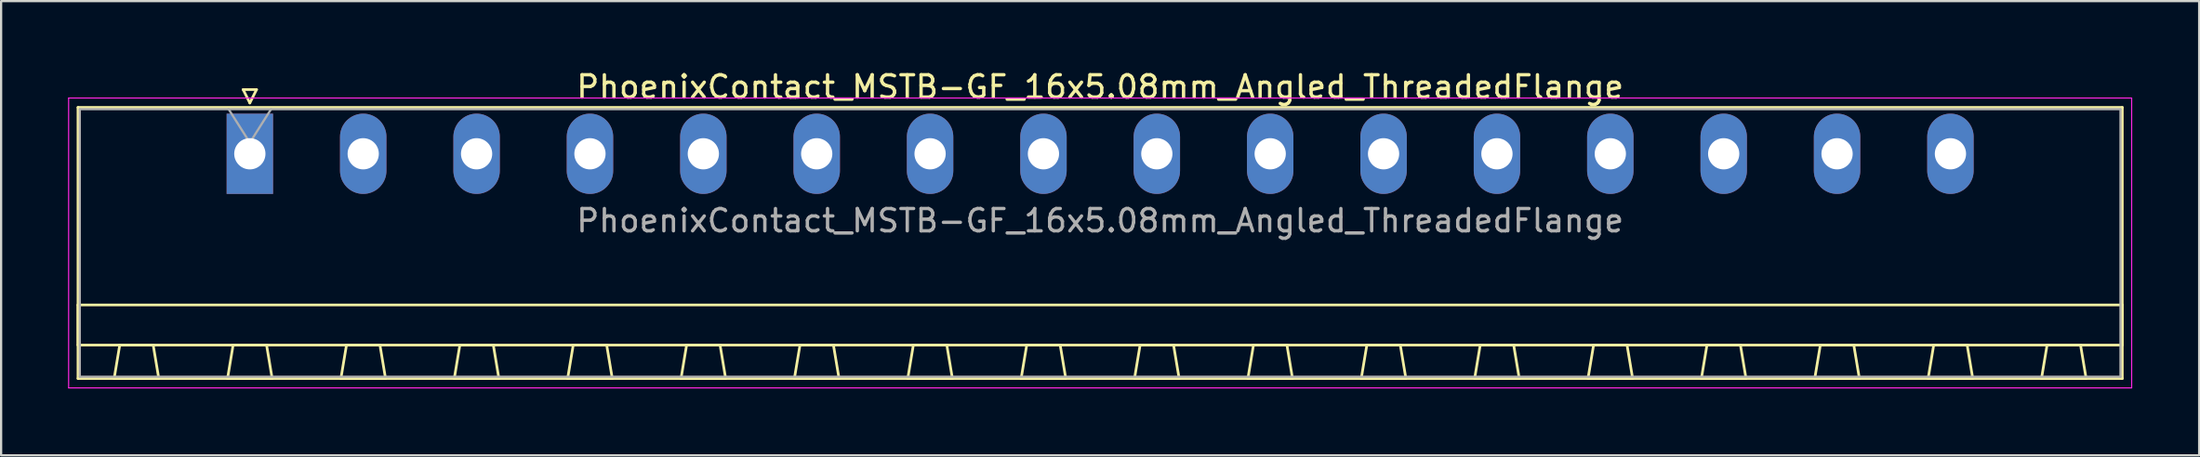
<source format=kicad_pcb>
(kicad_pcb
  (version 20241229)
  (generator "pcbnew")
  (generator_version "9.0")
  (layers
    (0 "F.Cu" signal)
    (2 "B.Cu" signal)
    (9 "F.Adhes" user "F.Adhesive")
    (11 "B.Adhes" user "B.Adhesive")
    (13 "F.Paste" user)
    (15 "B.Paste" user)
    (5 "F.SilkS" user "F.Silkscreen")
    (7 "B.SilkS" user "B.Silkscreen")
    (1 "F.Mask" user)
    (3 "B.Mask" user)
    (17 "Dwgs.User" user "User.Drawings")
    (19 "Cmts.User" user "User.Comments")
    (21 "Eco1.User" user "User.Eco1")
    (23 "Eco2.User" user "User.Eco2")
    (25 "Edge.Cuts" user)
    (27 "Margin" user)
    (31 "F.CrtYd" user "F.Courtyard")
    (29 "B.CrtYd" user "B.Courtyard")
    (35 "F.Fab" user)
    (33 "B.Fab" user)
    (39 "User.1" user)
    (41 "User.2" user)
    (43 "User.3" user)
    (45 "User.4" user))
  (footprint "PhoenixContact_MSTB-GF_16x5.08mm_Angled_ThreadedFlange"
    (layer "F.Cu")
    (at 8.145 3.848)
    (property "Reference" "PhoenixContact_MSTB-GF_16x5.08mm_Angled_ThreadedFlange" (at 38.1 -3 0) (layer "F.SilkS") (effects (font (size 1 1) (thickness 0.15))))
    (attr through_hole)
    (fp_line (start -7.7 -2.08) (end -7.7 10.08) (stroke (width 0.12) (type solid)) (layer "F.SilkS"))
    (fp_line (start -7.7 6.78) (end 83.9 6.78) (stroke (width 0.12) (type solid)) (layer "F.SilkS"))
    (fp_line (start -7.7 8.58) (end -7.7 6.78) (stroke (width 0.12) (type solid)) (layer "F.SilkS"))
    (fp_line (start -7.7 10.08) (end 83.9 10.08) (stroke (width 0.12) (type solid)) (layer "F.SilkS"))
    (fp_line (start -6.08 10.08) (end -4.08 10.08) (stroke (width 0.12) (type solid)) (layer "F.SilkS"))
    (fp_line (start -5.83 8.58) (end -6.08 10.08) (stroke (width 0.12) (type solid)) (layer "F.SilkS"))
    (fp_line (start -4.33 8.58) (end -5.83 8.58) (stroke (width 0.12) (type solid)) (layer "F.SilkS"))
    (fp_line (start -4.08 10.08) (end -4.33 8.58) (stroke (width 0.12) (type solid)) (layer "F.SilkS"))
    (fp_line (start -1 10.08) (end 1 10.08) (stroke (width 0.12) (type solid)) (layer "F.SilkS"))
    (fp_line (start -0.75 8.58) (end -1 10.08) (stroke (width 0.12) (type solid)) (layer "F.SilkS"))
    (fp_line (start -0.3 -2.88) (end 0.3 -2.88) (stroke (width 0.12) (type solid)) (layer "F.SilkS"))
    (fp_line (start 0 -2.28) (end -0.3 -2.88) (stroke (width 0.12) (type solid)) (layer "F.SilkS"))
    (fp_line (start 0.3 -2.88) (end 0 -2.28) (stroke (width 0.12) (type solid)) (layer "F.SilkS"))
    (fp_line (start 0.75 8.58) (end -0.75 8.58) (stroke (width 0.12) (type solid)) (layer "F.SilkS"))
    (fp_line (start 1 10.08) (end 0.75 8.58) (stroke (width 0.12) (type solid)) (layer "F.SilkS"))
    (fp_line (start 4.08 10.08) (end 6.08 10.08) (stroke (width 0.12) (type solid)) (layer "F.SilkS"))
    (fp_line (start 4.33 8.58) (end 4.08 10.08) (stroke (width 0.12) (type solid)) (layer "F.SilkS"))
    (fp_line (start 5.83 8.58) (end 4.33 8.58) (stroke (width 0.12) (type solid)) (layer "F.SilkS"))
    (fp_line (start 6.08 10.08) (end 5.83 8.58) (stroke (width 0.12) (type solid)) (layer "F.SilkS"))
    (fp_line (start 9.16 10.08) (end 11.16 10.08) (stroke (width 0.12) (type solid)) (layer "F.SilkS"))
    (fp_line (start 9.41 8.58) (end 9.16 10.08) (stroke (width 0.12) (type solid)) (layer "F.SilkS"))
    (fp_line (start 10.91 8.58) (end 9.41 8.58) (stroke (width 0.12) (type solid)) (layer "F.SilkS"))
    (fp_line (start 11.16 10.08) (end 10.91 8.58) (stroke (width 0.12) (type solid)) (layer "F.SilkS"))
    (fp_line (start 14.24 10.08) (end 16.24 10.08) (stroke (width 0.12) (type solid)) (layer "F.SilkS"))
    (fp_line (start 14.49 8.58) (end 14.24 10.08) (stroke (width 0.12) (type solid)) (layer "F.SilkS"))
    (fp_line (start 15.99 8.58) (end 14.49 8.58) (stroke (width 0.12) (type solid)) (layer "F.SilkS"))
    (fp_line (start 16.24 10.08) (end 15.99 8.58) (stroke (width 0.12) (type solid)) (layer "F.SilkS"))
    (fp_line (start 19.32 10.08) (end 21.32 10.08) (stroke (width 0.12) (type solid)) (layer "F.SilkS"))
    (fp_line (start 19.57 8.58) (end 19.32 10.08) (stroke (width 0.12) (type solid)) (layer "F.SilkS"))
    (fp_line (start 21.07 8.58) (end 19.57 8.58) (stroke (width 0.12) (type solid)) (layer "F.SilkS"))
    (fp_line (start 21.32 10.08) (end 21.07 8.58) (stroke (width 0.12) (type solid)) (layer "F.SilkS"))
    (fp_line (start 24.4 10.08) (end 26.4 10.08) (stroke (width 0.12) (type solid)) (layer "F.SilkS"))
    (fp_line (start 24.65 8.58) (end 24.4 10.08) (stroke (width 0.12) (type solid)) (layer "F.SilkS"))
    (fp_line (start 26.15 8.58) (end 24.65 8.58) (stroke (width 0.12) (type solid)) (layer "F.SilkS"))
    (fp_line (start 26.4 10.08) (end 26.15 8.58) (stroke (width 0.12) (type solid)) (layer "F.SilkS"))
    (fp_line (start 29.48 10.08) (end 31.48 10.08) (stroke (width 0.12) (type solid)) (layer "F.SilkS"))
    (fp_line (start 29.73 8.58) (end 29.48 10.08) (stroke (width 0.12) (type solid)) (layer "F.SilkS"))
    (fp_line (start 31.23 8.58) (end 29.73 8.58) (stroke (width 0.12) (type solid)) (layer "F.SilkS"))
    (fp_line (start 31.48 10.08) (end 31.23 8.58) (stroke (width 0.12) (type solid)) (layer "F.SilkS"))
    (fp_line (start 34.56 10.08) (end 36.56 10.08) (stroke (width 0.12) (type solid)) (layer "F.SilkS"))
    (fp_line (start 34.81 8.58) (end 34.56 10.08) (stroke (width 0.12) (type solid)) (layer "F.SilkS"))
    (fp_line (start 36.31 8.58) (end 34.81 8.58) (stroke (width 0.12) (type solid)) (layer "F.SilkS"))
    (fp_line (start 36.56 10.08) (end 36.31 8.58) (stroke (width 0.12) (type solid)) (layer "F.SilkS"))
    (fp_line (start 39.64 10.08) (end 41.64 10.08) (stroke (width 0.12) (type solid)) (layer "F.SilkS"))
    (fp_line (start 39.89 8.58) (end 39.64 10.08) (stroke (width 0.12) (type solid)) (layer "F.SilkS"))
    (fp_line (start 41.39 8.58) (end 39.89 8.58) (stroke (width 0.12) (type solid)) (layer "F.SilkS"))
    (fp_line (start 41.64 10.08) (end 41.39 8.58) (stroke (width 0.12) (type solid)) (layer "F.SilkS"))
    (fp_line (start 44.72 10.08) (end 46.72 10.08) (stroke (width 0.12) (type solid)) (layer "F.SilkS"))
    (fp_line (start 44.97 8.58) (end 44.72 10.08) (stroke (width 0.12) (type solid)) (layer "F.SilkS"))
    (fp_line (start 46.47 8.58) (end 44.97 8.58) (stroke (width 0.12) (type solid)) (layer "F.SilkS"))
    (fp_line (start 46.72 10.08) (end 46.47 8.58) (stroke (width 0.12) (type solid)) (layer "F.SilkS"))
    (fp_line (start 49.8 10.08) (end 51.8 10.08) (stroke (width 0.12) (type solid)) (layer "F.SilkS"))
    (fp_line (start 50.05 8.58) (end 49.8 10.08) (stroke (width 0.12) (type solid)) (layer "F.SilkS"))
    (fp_line (start 51.55 8.58) (end 50.05 8.58) (stroke (width 0.12) (type solid)) (layer "F.SilkS"))
    (fp_line (start 51.8 10.08) (end 51.55 8.58) (stroke (width 0.12) (type solid)) (layer "F.SilkS"))
    (fp_line (start 54.88 10.08) (end 56.88 10.08) (stroke (width 0.12) (type solid)) (layer "F.SilkS"))
    (fp_line (start 55.13 8.58) (end 54.88 10.08) (stroke (width 0.12) (type solid)) (layer "F.SilkS"))
    (fp_line (start 56.63 8.58) (end 55.13 8.58) (stroke (width 0.12) (type solid)) (layer "F.SilkS"))
    (fp_line (start 56.88 10.08) (end 56.63 8.58) (stroke (width 0.12) (type solid)) (layer "F.SilkS"))
    (fp_line (start 59.96 10.08) (end 61.96 10.08) (stroke (width 0.12) (type solid)) (layer "F.SilkS"))
    (fp_line (start 60.21 8.58) (end 59.96 10.08) (stroke (width 0.12) (type solid)) (layer "F.SilkS"))
    (fp_line (start 61.71 8.58) (end 60.21 8.58) (stroke (width 0.12) (type solid)) (layer "F.SilkS"))
    (fp_line (start 61.96 10.08) (end 61.71 8.58) (stroke (width 0.12) (type solid)) (layer "F.SilkS"))
    (fp_line (start 65.04 10.08) (end 67.04 10.08) (stroke (width 0.12) (type solid)) (layer "F.SilkS"))
    (fp_line (start 65.29 8.58) (end 65.04 10.08) (stroke (width 0.12) (type solid)) (layer "F.SilkS"))
    (fp_line (start 66.79 8.58) (end 65.29 8.58) (stroke (width 0.12) (type solid)) (layer "F.SilkS"))
    (fp_line (start 67.04 10.08) (end 66.79 8.58) (stroke (width 0.12) (type solid)) (layer "F.SilkS"))
    (fp_line (start 70.12 10.08) (end 72.12 10.08) (stroke (width 0.12) (type solid)) (layer "F.SilkS"))
    (fp_line (start 70.37 8.58) (end 70.12 10.08) (stroke (width 0.12) (type solid)) (layer "F.SilkS"))
    (fp_line (start 71.87 8.58) (end 70.37 8.58) (stroke (width 0.12) (type solid)) (layer "F.SilkS"))
    (fp_line (start 72.12 10.08) (end 71.87 8.58) (stroke (width 0.12) (type solid)) (layer "F.SilkS"))
    (fp_line (start 75.2 10.08) (end 77.2 10.08) (stroke (width 0.12) (type solid)) (layer "F.SilkS"))
    (fp_line (start 75.45 8.58) (end 75.2 10.08) (stroke (width 0.12) (type solid)) (layer "F.SilkS"))
    (fp_line (start 76.95 8.58) (end 75.45 8.58) (stroke (width 0.12) (type solid)) (layer "F.SilkS"))
    (fp_line (start 77.2 10.08) (end 76.95 8.58) (stroke (width 0.12) (type solid)) (layer "F.SilkS"))
    (fp_line (start 80.28 10.08) (end 82.28 10.08) (stroke (width 0.12) (type solid)) (layer "F.SilkS"))
    (fp_line (start 80.53 8.58) (end 80.28 10.08) (stroke (width 0.12) (type solid)) (layer "F.SilkS"))
    (fp_line (start 82.03 8.58) (end 80.53 8.58) (stroke (width 0.12) (type solid)) (layer "F.SilkS"))
    (fp_line (start 82.28 10.08) (end 82.03 8.58) (stroke (width 0.12) (type solid)) (layer "F.SilkS"))
    (fp_line (start 83.9 -2.08) (end -7.7 -2.08) (stroke (width 0.12) (type solid)) (layer "F.SilkS"))
    (fp_line (start 83.9 6.78) (end 83.9 8.58) (stroke (width 0.12) (type solid)) (layer "F.SilkS"))
    (fp_line (start 83.9 8.58) (end -7.7 8.58) (stroke (width 0.12) (type solid)) (layer "F.SilkS"))
    (fp_line (start 83.9 10.08) (end 83.9 -2.08) (stroke (width 0.12) (type solid)) (layer "F.SilkS"))
    (fp_line (start -8.12 -2.5) (end -8.12 10.5) (stroke (width 0.05) (type solid)) (layer "F.CrtYd"))
    (fp_line (start -8.12 10.5) (end 84.32 10.5) (stroke (width 0.05) (type solid)) (layer "F.CrtYd"))
    (fp_line (start 84.32 -2.5) (end -8.12 -2.5) (stroke (width 0.05) (type solid)) (layer "F.CrtYd"))
    (fp_line (start 84.32 10.5) (end 84.32 -2.5) (stroke (width 0.05) (type solid)) (layer "F.CrtYd"))
    (fp_line (start -7.62 -2) (end -7.62 10) (stroke (width 0.1) (type solid)) (layer "F.Fab"))
    (fp_line (start -7.62 10) (end 83.82 10) (stroke (width 0.1) (type solid)) (layer "F.Fab"))
    (fp_line (start 0 -0.5) (end -0.95 -2) (stroke (width 0.1) (type solid)) (layer "F.Fab"))
    (fp_line (start 0.95 -2) (end 0 -0.5) (stroke (width 0.1) (type solid)) (layer "F.Fab"))
    (fp_line (start 83.82 -2) (end -7.62 -2) (stroke (width 0.1) (type solid)) (layer "F.Fab"))
    (fp_line (start 83.82 10) (end 83.82 -2) (stroke (width 0.1) (type solid)) (layer "F.Fab"))
    (fp_text user "${REFERENCE}" (at 38.1 3 0) (layer "F.Fab") (effects (font (size 1 1) (thickness 0.15))))
    (pad "1" thru_hole rect (at 0 0) (size 2.08 3.6) (drill 1.4) (layers "*.Cu" "*.Mask"))
    (pad "2" thru_hole oval (at 5.08 0) (size 2.08 3.6) (drill 1.4) (layers "*.Cu" "*.Mask"))
    (pad "3" thru_hole oval (at 10.16 0) (size 2.08 3.6) (drill 1.4) (layers "*.Cu" "*.Mask"))
    (pad "4" thru_hole oval (at 15.24 0) (size 2.08 3.6) (drill 1.4) (layers "*.Cu" "*.Mask"))
    (pad "5" thru_hole oval (at 20.32 0) (size 2.08 3.6) (drill 1.4) (layers "*.Cu" "*.Mask"))
    (pad "6" thru_hole oval (at 25.4 0) (size 2.08 3.6) (drill 1.4) (layers "*.Cu" "*.Mask"))
    (pad "7" thru_hole oval (at 30.48 0) (size 2.08 3.6) (drill 1.4) (layers "*.Cu" "*.Mask"))
    (pad "8" thru_hole oval (at 35.56 0) (size 2.08 3.6) (drill 1.4) (layers "*.Cu" "*.Mask"))
    (pad "9" thru_hole oval (at 40.64 0) (size 2.08 3.6) (drill 1.4) (layers "*.Cu" "*.Mask"))
    (pad "10" thru_hole oval (at 45.72 0) (size 2.08 3.6) (drill 1.4) (layers "*.Cu" "*.Mask"))
    (pad "11" thru_hole oval (at 50.8 0) (size 2.08 3.6) (drill 1.4) (layers "*.Cu" "*.Mask"))
    (pad "12" thru_hole oval (at 55.88 0) (size 2.08 3.6) (drill 1.4) (layers "*.Cu" "*.Mask"))
    (pad "13" thru_hole oval (at 60.96 0) (size 2.08 3.6) (drill 1.4) (layers "*.Cu" "*.Mask"))
    (pad "14" thru_hole oval (at 66.04 0) (size 2.08 3.6) (drill 1.4) (layers "*.Cu" "*.Mask"))
    (pad "15" thru_hole oval (at 71.12 0) (size 2.08 3.6) (drill 1.4) (layers "*.Cu" "*.Mask"))
    (pad "16" thru_hole oval (at 76.2 0) (size 2.08 3.6) (drill 1.4) (layers "*.Cu" "*.Mask")))
  (gr_rect
    (start -3 -3)
    (end 95.49 17.373)
    (stroke (width 0.1) (type default))
    (fill no)
    (layer "Edge.Cuts")))
</source>
